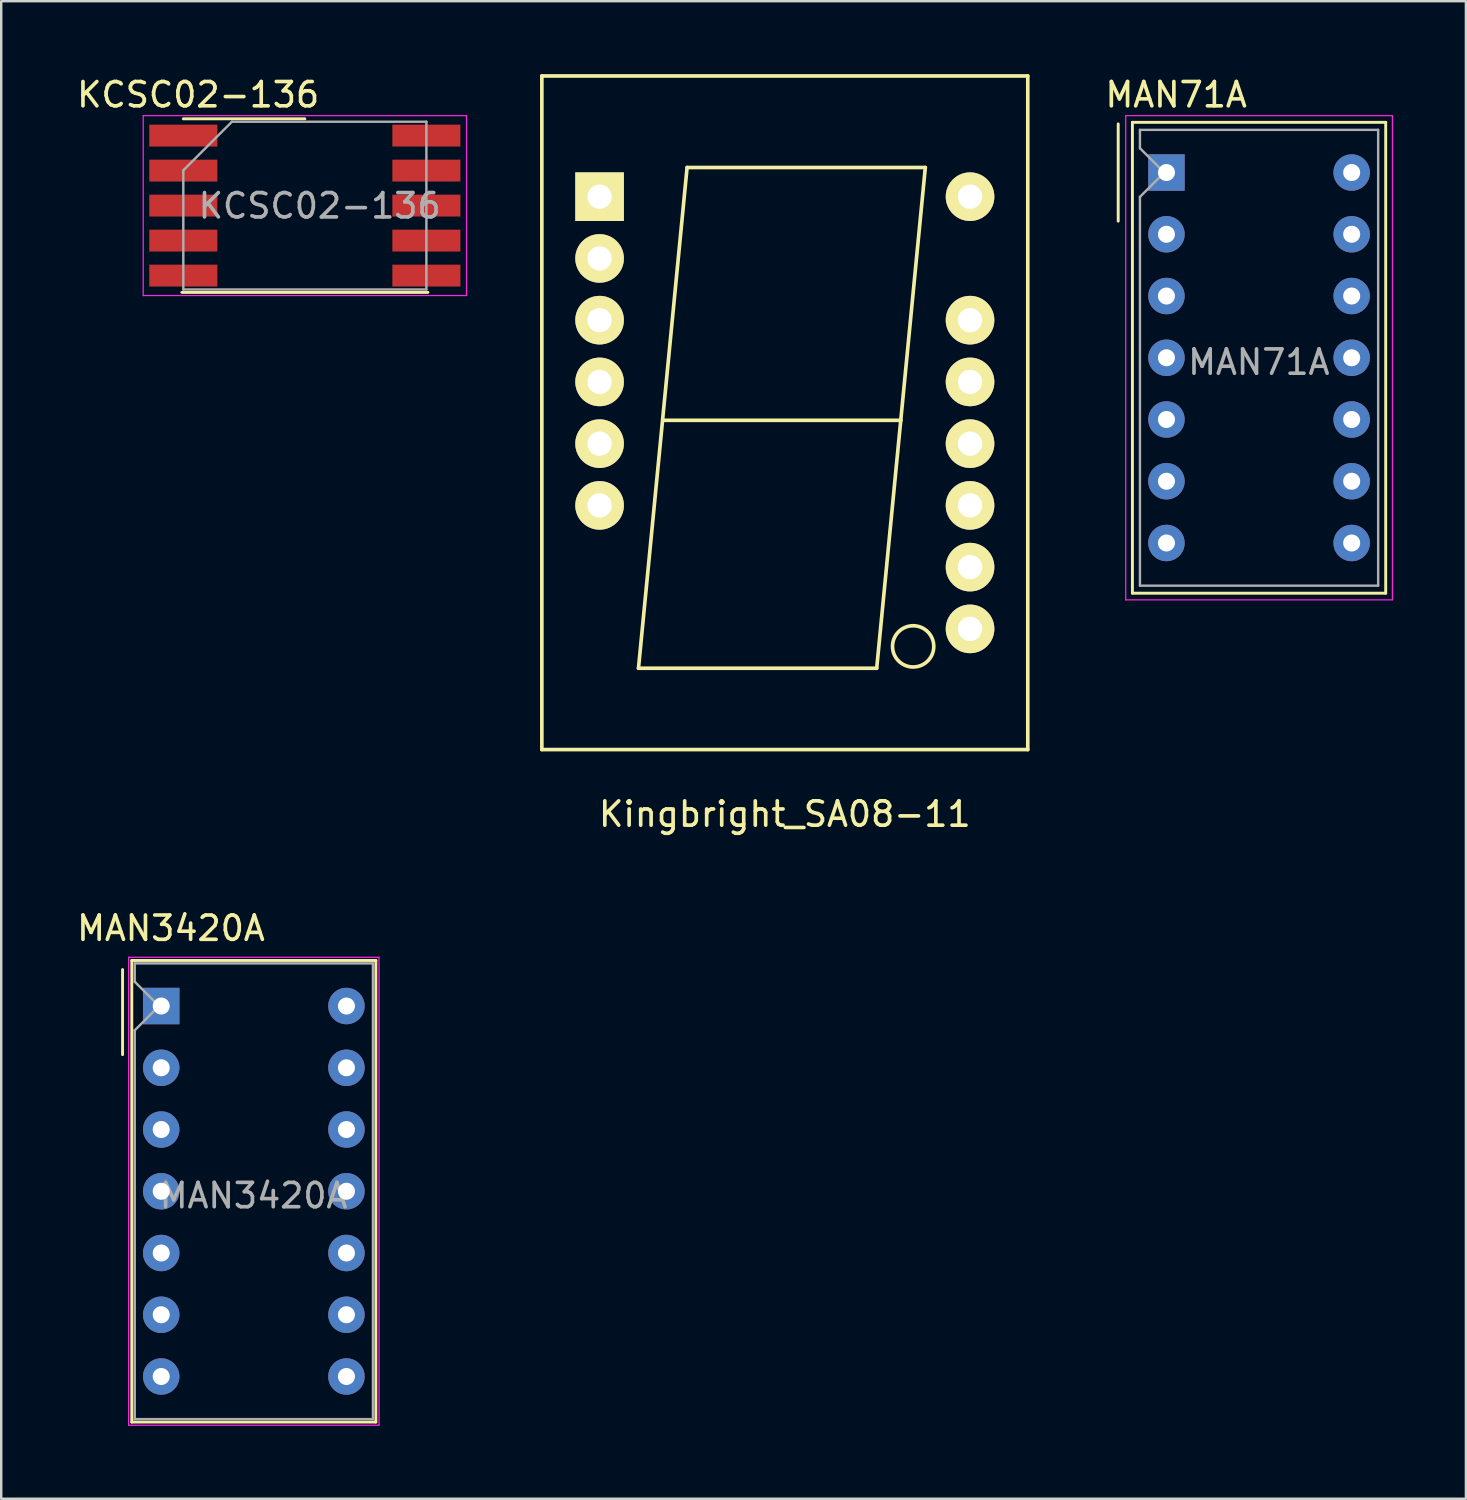
<source format=kicad_pcb>
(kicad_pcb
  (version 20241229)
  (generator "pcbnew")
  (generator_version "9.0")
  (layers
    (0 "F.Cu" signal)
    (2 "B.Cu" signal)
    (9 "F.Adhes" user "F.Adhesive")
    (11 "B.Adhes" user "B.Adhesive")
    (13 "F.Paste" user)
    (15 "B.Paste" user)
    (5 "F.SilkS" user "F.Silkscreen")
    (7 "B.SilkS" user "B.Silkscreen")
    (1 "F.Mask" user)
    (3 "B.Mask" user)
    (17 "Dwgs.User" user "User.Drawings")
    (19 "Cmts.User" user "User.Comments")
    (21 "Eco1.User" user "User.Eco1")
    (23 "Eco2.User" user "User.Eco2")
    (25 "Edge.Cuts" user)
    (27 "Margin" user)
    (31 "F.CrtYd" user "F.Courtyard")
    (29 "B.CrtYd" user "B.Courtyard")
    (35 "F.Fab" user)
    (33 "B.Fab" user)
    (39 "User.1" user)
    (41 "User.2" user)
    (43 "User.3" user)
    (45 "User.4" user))
  (footprint "KCSC02-136"
    (layer "F.Cu")
    (at 9.491 5.408)
    (property "Reference" "KCSC02-136" (at -4.39 -4.56 0) (layer "F.SilkS") (effects (font (size 1 1) (thickness 0.15))))
    (attr through_hole)
    (fp_line (start -5 -3.57) (end 0 -3.57) (stroke (width 0.12) (type solid)) (layer "F.SilkS"))
    (fp_line (start 5.06 3.57) (end -5.06 3.57) (stroke (width 0.12) (type solid)) (layer "F.SilkS"))
    (fp_line (start -6.65 -3.7) (end -6.65 3.7) (stroke (width 0.05) (type solid)) (layer "F.CrtYd"))
    (fp_line (start -6.65 -3.7) (end 6.65 -3.7) (stroke (width 0.05) (type solid)) (layer "F.CrtYd"))
    (fp_line (start 6.65 -3.7) (end 6.65 3.7) (stroke (width 0.05) (type solid)) (layer "F.CrtYd"))
    (fp_line (start 6.65 3.7) (end -6.65 3.7) (stroke (width 0.05) (type solid)) (layer "F.CrtYd"))
    (fp_line (start -5 -1.45) (end -3 -3.45) (stroke (width 0.1) (type solid)) (layer "F.Fab"))
    (fp_line (start -5 3.45) (end -5 -1.45) (stroke (width 0.1) (type solid)) (layer "F.Fab"))
    (fp_line (start -3 -3.45) (end 5 -3.45) (stroke (width 0.1) (type solid)) (layer "F.Fab"))
    (fp_line (start 5 -3.45) (end 5 3.45) (stroke (width 0.1) (type solid)) (layer "F.Fab"))
    (fp_line (start 5 3.45) (end -5 3.45) (stroke (width 0.1) (type solid)) (layer "F.Fab"))
    (fp_text user "${REFERENCE}" (at 0.61 0.01 0) (layer "F.Fab") (effects (font (size 1 1) (thickness 0.15))))
    (pad "1" smd rect (at -5 -2.88) (size 2.8 0.9) (layers "F.Cu" "F.Mask" "F.Paste"))
    (pad "2" smd rect (at -5 -1.44) (size 2.8 0.9) (layers "F.Cu" "F.Mask" "F.Paste"))
    (pad "3" smd rect (at -5 0) (size 2.8 0.9) (layers "F.Cu" "F.Mask" "F.Paste"))
    (pad "4" smd rect (at -5 1.44) (size 2.8 0.9) (layers "F.Cu" "F.Mask" "F.Paste"))
    (pad "5" smd rect (at -5 2.88) (size 2.8 0.9) (layers "F.Cu" "F.Mask" "F.Paste"))
    (pad "6" smd rect (at 5 2.88) (size 2.8 0.9) (layers "F.Cu" "F.Mask" "F.Paste"))
    (pad "7" smd rect (at 5 1.44) (size 2.8 0.9) (layers "F.Cu" "F.Mask" "F.Paste"))
    (pad "8" smd rect (at 5 0) (size 2.8 0.9) (layers "F.Cu" "F.Mask" "F.Paste"))
    (pad "9" smd rect (at 5 -1.44) (size 2.8 0.9) (layers "F.Cu" "F.Mask" "F.Paste"))
    (pad "10" smd rect (at 5 -2.88) (size 2.8 0.9) (layers "F.Cu" "F.Mask" "F.Paste")))
  (footprint "MAN71A"
    (layer "F.Cu")
    (at 44.936 4.048)
    (property "Reference" "MAN71A" (at 0.4 -3.2 0) (layer "F.SilkS") (effects (font (size 1 1) (thickness 0.15))))
    (attr through_hole)
    (fp_line (start -1.985 -2) (end -1.985 2) (stroke (width 0.12) (type solid)) (layer "F.SilkS"))
    (fp_line (start -1.4 -2.065) (end 9.02 -2.065) (stroke (width 0.12) (type solid)) (layer "F.SilkS"))
    (fp_line (start -1.4 17.305) (end -1.4 -2.065) (stroke (width 0.12) (type solid)) (layer "F.SilkS"))
    (fp_line (start 9.02 -2.065) (end 9.02 17.305) (stroke (width 0.12) (type solid)) (layer "F.SilkS"))
    (fp_line (start 9.02 17.305) (end -1.4 17.305) (stroke (width 0.12) (type solid)) (layer "F.SilkS"))
    (fp_line (start -1.675 -2.34) (end 9.295 -2.34) (stroke (width 0.05) (type solid)) (layer "F.CrtYd"))
    (fp_line (start -1.675 17.58) (end -1.675 -2.34) (stroke (width 0.05) (type solid)) (layer "F.CrtYd"))
    (fp_line (start 9.295 -2.34) (end 9.295 17.58) (stroke (width 0.05) (type solid)) (layer "F.CrtYd"))
    (fp_line (start 9.295 17.58) (end -1.675 17.58) (stroke (width 0.05) (type solid)) (layer "F.CrtYd"))
    (fp_line (start -1.09 -1.755) (end 8.71 -1.755) (stroke (width 0.1) (type solid)) (layer "F.Fab"))
    (fp_line (start -1.09 -1) (end -1.09 -1.755) (stroke (width 0.1) (type solid)) (layer "F.Fab"))
    (fp_line (start -1.09 1) (end -0.09 0) (stroke (width 0.1) (type solid)) (layer "F.Fab"))
    (fp_line (start -1.09 16.995) (end -1.09 1) (stroke (width 0.1) (type solid)) (layer "F.Fab"))
    (fp_line (start -0.09 0) (end -1.09 -1) (stroke (width 0.1) (type solid)) (layer "F.Fab"))
    (fp_line (start 8.71 -1.755) (end 8.71 16.995) (stroke (width 0.1) (type solid)) (layer "F.Fab"))
    (fp_line (start 8.71 16.995) (end -1.09 16.995) (stroke (width 0.1) (type solid)) (layer "F.Fab"))
    (fp_text user "${REFERENCE}" (at 3.8 7.8 0) (layer "F.Fab") (effects (font (size 1 1) (thickness 0.15))))
    (pad "1" thru_hole rect (at 0 0) (size 1.5 1.5) (drill 0.7) (layers "*.Cu" "*.Mask"))
    (pad "2" thru_hole circle (at 0 2.54) (size 1.5 1.5) (drill 0.7) (layers "*.Cu" "*.Mask"))
    (pad "3" thru_hole circle (at 0 5.08) (size 1.5 1.5) (drill 0.7) (layers "*.Cu" "*.Mask"))
    (pad "4" thru_hole circle (at 0 7.62) (size 1.5 1.5) (drill 0.7) (layers "*.Cu" "*.Mask"))
    (pad "5" thru_hole circle (at 0 10.16) (size 1.5 1.5) (drill 0.7) (layers "*.Cu" "*.Mask"))
    (pad "6" thru_hole circle (at 0 12.7) (size 1.5 1.5) (drill 0.7) (layers "*.Cu" "*.Mask"))
    (pad "7" thru_hole circle (at 0 15.24) (size 1.5 1.5) (drill 0.7) (layers "*.Cu" "*.Mask"))
    (pad "8" thru_hole circle (at 7.62 15.24) (size 1.5 1.5) (drill 0.7) (layers "*.Cu" "*.Mask"))
    (pad "9" thru_hole circle (at 7.62 12.7) (size 1.5 1.5) (drill 0.7) (layers "*.Cu" "*.Mask"))
    (pad "10" thru_hole circle (at 7.62 10.16) (size 1.5 1.5) (drill 0.7) (layers "*.Cu" "*.Mask"))
    (pad "11" thru_hole circle (at 7.62 7.62) (size 1.5 1.5) (drill 0.7) (layers "*.Cu" "*.Mask"))
    (pad "12" thru_hole circle (at 7.62 5.08) (size 1.5 1.5) (drill 0.7) (layers "*.Cu" "*.Mask"))
    (pad "13" thru_hole circle (at 7.62 2.54) (size 1.5 1.5) (drill 0.7) (layers "*.Cu" "*.Mask"))
    (pad "14" thru_hole circle (at 7.62 0) (size 1.5 1.5) (drill 0.7) (layers "*.Cu" "*.Mask")))
  (footprint "Kingbright_SA08-11"
    (layer "F.Cu")
    (at 21.616 5.041)
    (property "Reference" "Kingbright_SA08-11" (at 7.62 25.4 0) (layer "F.SilkS") (effects (font (size 1 1) (thickness 0.15))))
    (attr through_hole)
    (fp_line (start -2.375 -4.966) (end -2.375 22.746) (stroke (width 0.15) (type solid)) (layer "F.SilkS"))
    (fp_line (start -2.375 -4.966) (end 17.615 -4.966) (stroke (width 0.15) (type solid)) (layer "F.SilkS"))
    (fp_line (start -2.375 22.746) (end 17.615 22.746) (stroke (width 0.15) (type solid)) (layer "F.SilkS"))
    (fp_line (start 1.6 19.4) (end 11.4 19.4) (stroke (width 0.15) (type solid)) (layer "F.SilkS"))
    (fp_line (start 2.6 9.2) (end 12.4 9.2) (stroke (width 0.15) (type solid)) (layer "F.SilkS"))
    (fp_line (start 3.6 -1.2) (end 1.6 19.4) (stroke (width 0.15) (type solid)) (layer "F.SilkS"))
    (fp_line (start 3.6 -1.2) (end 13.4 -1.2) (stroke (width 0.15) (type solid)) (layer "F.SilkS"))
    (fp_line (start 13.4 -1.2) (end 11.4 19.4) (stroke (width 0.15) (type solid)) (layer "F.SilkS"))
    (fp_line (start 17.615 -4.966) (end 17.615 22.746) (stroke (width 0.15) (type solid)) (layer "F.SilkS"))
    (fp_circle (center 12.9 18.5) (end 13.5 19.1) (stroke (width 0.15) (type solid)) (fill no) (layer "F.SilkS"))
    (pad "1" thru_hole rect (at 0 0) (size 2 2) (drill 1) (layers "*.Cu" "*.Mask" "F.SilkS"))
    (pad "2" thru_hole circle (at 0 2.54) (size 2 2) (drill 1) (layers "*.Cu" "*.Mask" "F.SilkS"))
    (pad "3" thru_hole circle (at 0 5.08) (size 2 2) (drill 1) (layers "*.Cu" "*.Mask" "F.SilkS"))
    (pad "4" thru_hole circle (at 0 7.62) (size 2 2) (drill 1) (layers "*.Cu" "*.Mask" "F.SilkS"))
    (pad "5" thru_hole circle (at 0 10.16) (size 2 2) (drill 1) (layers "*.Cu" "*.Mask" "F.SilkS"))
    (pad "6" thru_hole circle (at 0 12.7) (size 2 2) (drill 1) (layers "*.Cu" "*.Mask" "F.SilkS"))
    (pad "9" thru_hole circle (at 15.24 17.78) (size 2 2) (drill 1) (layers "*.Cu" "*.Mask" "F.SilkS"))
    (pad "10" thru_hole circle (at 15.24 15.24) (size 2 2) (drill 1) (layers "*.Cu" "*.Mask" "F.SilkS"))
    (pad "11" thru_hole circle (at 15.24 12.7) (size 2 2) (drill 1) (layers "*.Cu" "*.Mask" "F.SilkS"))
    (pad "12" thru_hole circle (at 15.24 10.16) (size 2 2) (drill 1) (layers "*.Cu" "*.Mask" "F.SilkS"))
    (pad "13" thru_hole circle (at 15.24 7.62) (size 2 2) (drill 1) (layers "*.Cu" "*.Mask" "F.SilkS"))
    (pad "14" thru_hole circle (at 15.24 5.08) (size 2 2) (drill 1) (layers "*.Cu" "*.Mask" "F.SilkS"))
    (pad "16" thru_hole circle (at 15.24 0) (size 2 2) (drill 1) (layers "*.Cu" "*.Mask" "F.SilkS")))
  (footprint "MAN3420A"
    (layer "F.Cu")
    (at 3.582 38.337)
    (property "Reference" "MAN3420A" (at 0.4 -3.2 0) (layer "F.SilkS") (effects (font (size 1 1) (thickness 0.15))))
    (attr through_hole)
    (fp_line (start -1.59 -1.5) (end -1.59 2) (stroke (width 0.12) (type solid)) (layer "F.SilkS"))
    (fp_line (start -1.21 -1.875) (end 8.83 -1.875) (stroke (width 0.12) (type solid)) (layer "F.SilkS"))
    (fp_line (start -1.21 17.115) (end -1.21 -1.875) (stroke (width 0.12) (type solid)) (layer "F.SilkS"))
    (fp_line (start 8.83 -1.875) (end 8.83 17.115) (stroke (width 0.12) (type solid)) (layer "F.SilkS"))
    (fp_line (start 8.83 17.115) (end -1.21 17.115) (stroke (width 0.12) (type solid)) (layer "F.SilkS"))
    (fp_line (start -1.34 -2.005) (end 8.96 -2.005) (stroke (width 0.05) (type solid)) (layer "F.CrtYd"))
    (fp_line (start -1.34 17.245) (end -1.34 -2.005) (stroke (width 0.05) (type solid)) (layer "F.CrtYd"))
    (fp_line (start 8.96 -2.005) (end 8.96 17.245) (stroke (width 0.05) (type solid)) (layer "F.CrtYd"))
    (fp_line (start 8.96 17.245) (end -1.34 17.245) (stroke (width 0.05) (type solid)) (layer "F.CrtYd"))
    (fp_line (start -1.09 -1.755) (end 8.71 -1.755) (stroke (width 0.1) (type solid)) (layer "F.Fab"))
    (fp_line (start -1.09 -1) (end -1.09 -1.755) (stroke (width 0.1) (type solid)) (layer "F.Fab"))
    (fp_line (start -1.09 1) (end -0.09 0) (stroke (width 0.1) (type solid)) (layer "F.Fab"))
    (fp_line (start -1.09 16.995) (end -1.09 1) (stroke (width 0.1) (type solid)) (layer "F.Fab"))
    (fp_line (start -0.09 0) (end -1.09 -1) (stroke (width 0.1) (type solid)) (layer "F.Fab"))
    (fp_line (start 8.71 -1.755) (end 8.71 16.995) (stroke (width 0.1) (type solid)) (layer "F.Fab"))
    (fp_line (start 8.71 16.995) (end -1.09 16.995) (stroke (width 0.1) (type solid)) (layer "F.Fab"))
    (fp_text user "${REFERENCE}" (at 3.8 7.8 0) (layer "F.Fab") (effects (font (size 1 1) (thickness 0.15))))
    (pad "1" thru_hole rect (at 0 0) (size 1.5 1.5) (drill 0.7) (layers "*.Cu" "*.Mask"))
    (pad "2" thru_hole circle (at 0 2.54) (size 1.5 1.5) (drill 0.7) (layers "*.Cu" "*.Mask"))
    (pad "3" thru_hole circle (at 0 5.08) (size 1.5 1.5) (drill 0.7) (layers "*.Cu" "*.Mask"))
    (pad "4" thru_hole circle (at 0 7.62) (size 1.5 1.5) (drill 0.7) (layers "*.Cu" "*.Mask"))
    (pad "5" thru_hole circle (at 0 10.16) (size 1.5 1.5) (drill 0.7) (layers "*.Cu" "*.Mask"))
    (pad "6" thru_hole circle (at 0 12.7) (size 1.5 1.5) (drill 0.7) (layers "*.Cu" "*.Mask"))
    (pad "7" thru_hole circle (at 0 15.24) (size 1.5 1.5) (drill 0.7) (layers "*.Cu" "*.Mask"))
    (pad "8" thru_hole circle (at 7.62 15.24) (size 1.5 1.5) (drill 0.7) (layers "*.Cu" "*.Mask"))
    (pad "9" thru_hole circle (at 7.62 12.7) (size 1.5 1.5) (drill 0.7) (layers "*.Cu" "*.Mask"))
    (pad "10" thru_hole circle (at 7.62 10.16) (size 1.5 1.5) (drill 0.7) (layers "*.Cu" "*.Mask"))
    (pad "11" thru_hole circle (at 7.62 7.62) (size 1.5 1.5) (drill 0.7) (layers "*.Cu" "*.Mask"))
    (pad "12" thru_hole circle (at 7.62 5.08) (size 1.5 1.5) (drill 0.7) (layers "*.Cu" "*.Mask"))
    (pad "13" thru_hole circle (at 7.62 2.54) (size 1.5 1.5) (drill 0.7) (layers "*.Cu" "*.Mask"))
    (pad "14" thru_hole circle (at 7.62 0) (size 1.5 1.5) (drill 0.7) (layers "*.Cu" "*.Mask")))
  (gr_rect
    (start -3 -3)
    (end 57.256 58.607)
    (stroke (width 0.1) (type default))
    (fill no)
    (layer "Edge.Cuts")))
</source>
